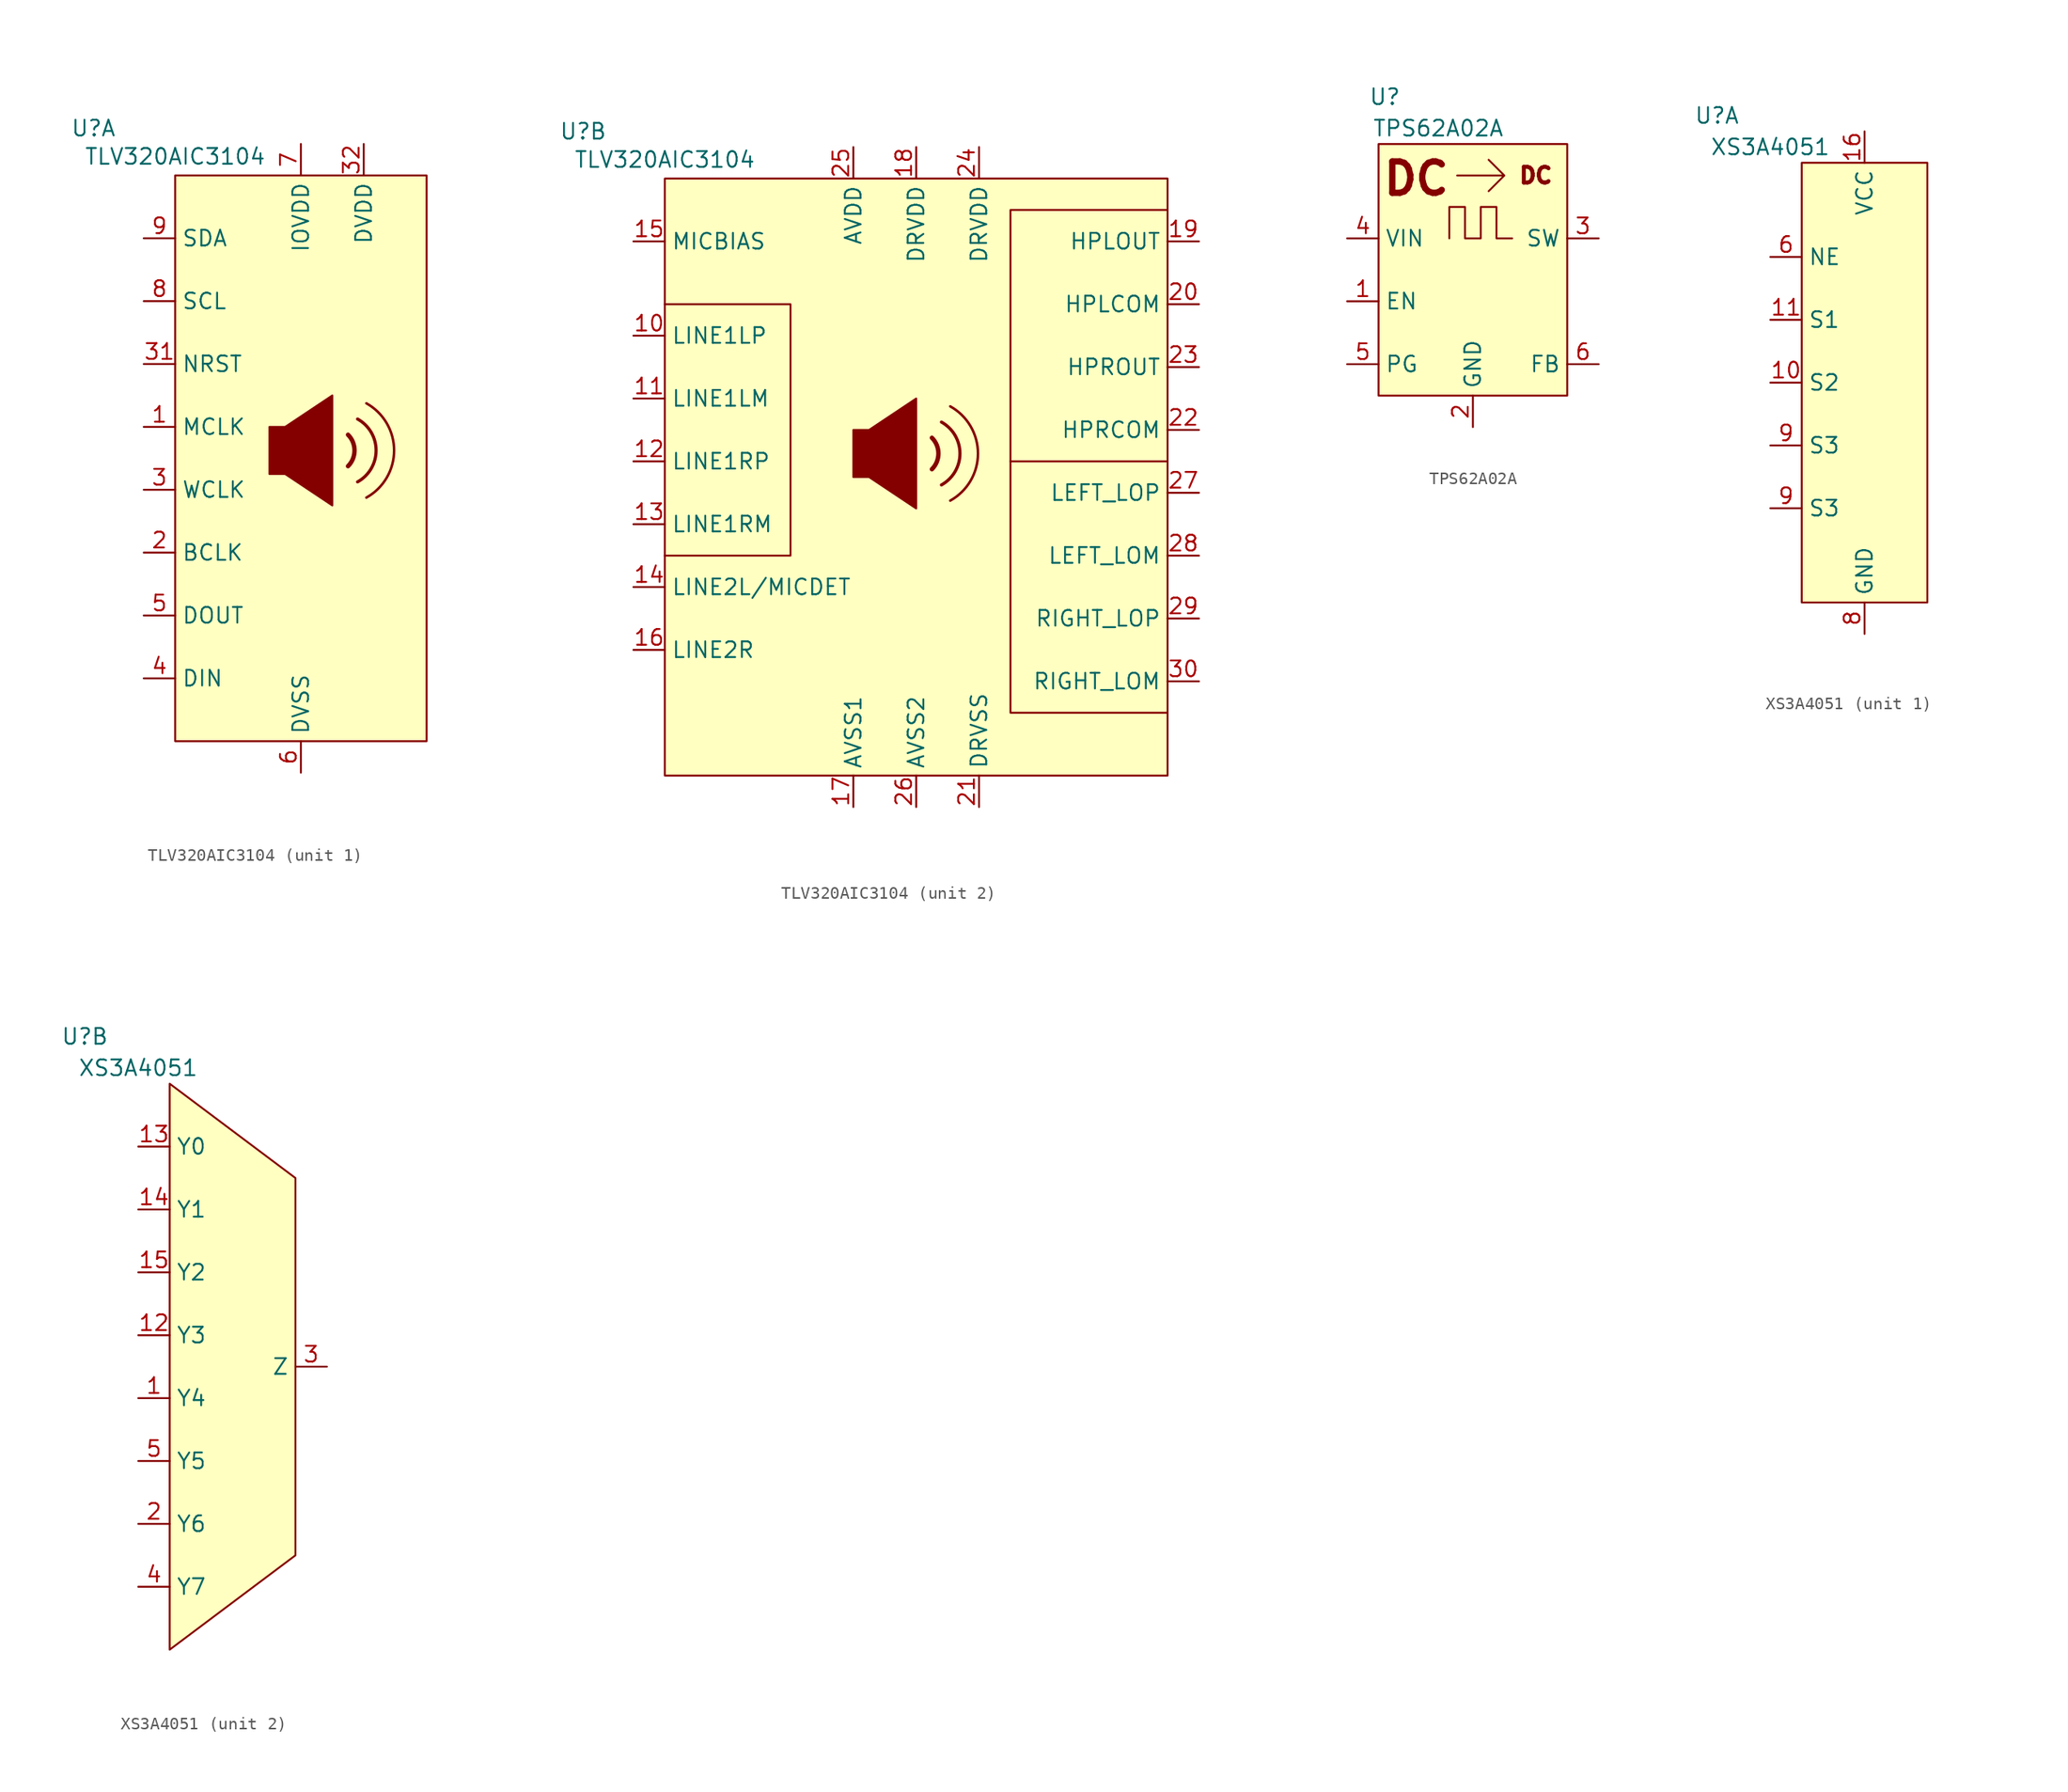
<source format=kicad_sym>
(kicad_symbol_lib
  (version 20241209)
  (generator "kicad_symbol_editor")
  (generator_version "9.0")
  (symbol "TLV320AIC3104"
    (property "Reference" "U"
      (at -6.604 3.81 0)
      (effects (font (size 1.27 1.27))))
    (property "Value" "TLV320AIC3104"
      (at 0 1.524 0)
      (effects (font (size 1.27 1.27))))
    (property "ki_locked" ""
      (at 0 0 0)
      (effects (font (size 1.27 1.27))))
    (symbol "TLV320AIC3104_1_1"
      (rectangle (start 0 0) (end 20.32 -45.72) (stroke (width 0) (type solid)) (fill (type background)))
      (polyline (pts (xy 7.62 -20.32) (xy 7.62 -24.13) (xy 8.89 -24.13) (xy 12.7 -26.67) (xy 12.7 -17.78) (xy 8.89 -20.32) (xy 7.62 -20.32)) (stroke (width 0) (type default)) (fill (type outline)))
      (arc (start 13.9701 -20.955) (mid 14.4961 -22.225) (end 13.9701 -23.495) (stroke (width 0.3556) (type default)) (fill (type none)))
      (arc (start 14.7419 -19.685) (mid 16.2386 -22.225) (end 14.7419 -24.765) (stroke (width 0.254) (type default)) (fill (type none)))
      (arc (start 15.4533 -18.415) (mid 17.6943 -22.225) (end 15.4533 -26.035) (stroke (width 0.2032) (type default)) (fill (type none)))
      (pin bidirectional line (at -2.54 -5.08 0) (length 2.54) (name "SDA" (effects (font (size 1.27 1.27)))) (number "9" (effects (font (size 1.27 1.27)))))
      (pin input line (at -2.54 -10.16 0) (length 2.54) (name "SCL" (effects (font (size 1.27 1.27)))) (number "8" (effects (font (size 1.27 1.27)))))
      (pin input line (at -2.54 -15.24 0) (length 2.54) (name "NRST" (effects (font (size 1.27 1.27)))) (number "31" (effects (font (size 1.27 1.27)))))
      (pin input line (at -2.54 -20.32 0) (length 2.54) (name "MCLK" (effects (font (size 1.27 1.27)))) (number "1" (effects (font (size 1.27 1.27)))))
      (pin bidirectional line (at -2.54 -25.4 0) (length 2.54) (name "WCLK" (effects (font (size 1.27 1.27)))) (number "3" (effects (font (size 1.27 1.27)))))
      (pin bidirectional line (at -2.54 -30.48 0) (length 2.54) (name "BCLK" (effects (font (size 1.27 1.27)))) (number "2" (effects (font (size 1.27 1.27)))))
      (pin output line (at -2.54 -35.56 0) (length 2.54) (name "DOUT" (effects (font (size 1.27 1.27)))) (number "5" (effects (font (size 1.27 1.27)))))
      (pin input line (at -2.54 -40.64 0) (length 2.54) (name "DIN" (effects (font (size 1.27 1.27)))) (number "4" (effects (font (size 1.27 1.27)))))
      (pin power_in line (at 10.16 2.54 270) (length 2.54) (name "IOVDD" (effects (font (size 1.27 1.27)))) (number "7" (effects (font (size 1.27 1.27)))))
      (pin passive line (at 10.16 -48.26 90) (length 2.54) (name "DVSS" (effects (font (size 1.27 1.27)))) (number "6" (effects (font (size 1.27 1.27)))))
      (pin power_in line (at 15.24 2.54 270) (length 2.54) (name "DVDD" (effects (font (size 1.27 1.27)))) (number "32" (effects (font (size 1.27 1.27))))))
    (symbol "TLV320AIC3104_2_1"
      (rectangle (start 0 0) (end 40.64 -48.26) (stroke (width 0) (type solid)) (fill (type background)))
      (polyline (pts (xy 0 -30.48) (xy 10.16 -30.48) (xy 10.16 -10.16) (xy 0 -10.16)) (stroke (width 0) (type default)) (fill (type none)))
      (polyline (pts (xy 15.24 -20.32) (xy 15.24 -24.13) (xy 16.51 -24.13) (xy 20.32 -26.67) (xy 20.32 -17.78) (xy 16.51 -20.32) (xy 15.24 -20.32)) (stroke (width 0) (type default)) (fill (type outline)))
      (arc (start 21.5901 -20.955) (mid 22.1161 -22.225) (end 21.5901 -23.495) (stroke (width 0.3556) (type default)) (fill (type none)))
      (arc (start 22.3619 -19.685) (mid 23.8586 -22.225) (end 22.3619 -24.765) (stroke (width 0.254) (type default)) (fill (type none)))
      (arc (start 23.0733 -18.415) (mid 25.3143 -22.225) (end 23.0733 -26.035) (stroke (width 0.2032) (type default)) (fill (type none)))
      (polyline (pts (xy 27.94 -22.86) (xy 27.94 -2.54) (xy 40.64 -2.54)) (stroke (width 0) (type default)) (fill (type none)))
      (polyline (pts (xy 40.64 -43.18) (xy 27.94 -43.18) (xy 27.94 -22.86) (xy 40.64 -22.86)) (stroke (width 0) (type default)) (fill (type none)))
      (pin output line (at -2.54 -5.08 0) (length 2.54) (name "MICBIAS" (effects (font (size 1.27 1.27)))) (number "15" (effects (font (size 1.27 1.27)))))
      (pin input line (at -2.54 -12.7 0) (length 2.54) (name "LINE1LP" (effects (font (size 1.27 1.27)))) (number "10" (effects (font (size 1.27 1.27)))))
      (pin input line (at -2.54 -17.78 0) (length 2.54) (name "LINE1LM" (effects (font (size 1.27 1.27)))) (number "11" (effects (font (size 1.27 1.27)))))
      (pin input line (at -2.54 -22.86 0) (length 2.54) (name "LINE1RP" (effects (font (size 1.27 1.27)))) (number "12" (effects (font (size 1.27 1.27)))))
      (pin input line (at -2.54 -27.94 0) (length 2.54) (name "LINE1RM" (effects (font (size 1.27 1.27)))) (number "13" (effects (font (size 1.27 1.27)))))
      (pin input line (at -2.54 -33.02 0) (length 2.54) (name "LINE2L/MICDET" (effects (font (size 1.27 1.27)))) (number "14" (effects (font (size 1.27 1.27)))))
      (pin input line (at -2.54 -38.1 0) (length 2.54) (name "LINE2R" (effects (font (size 1.27 1.27)))) (number "16" (effects (font (size 1.27 1.27)))))
      (pin power_in line (at 15.24 2.54 270) (length 2.54) (name "AVDD" (effects (font (size 1.27 1.27)))) (number "25" (effects (font (size 1.27 1.27)))))
      (pin passive line (at 15.24 -50.8 90) (length 2.54) (name "AVSS1" (effects (font (size 1.27 1.27)))) (number "17" (effects (font (size 1.27 1.27)))))
      (pin power_in line (at 20.32 2.54 270) (length 2.54) (name "DRVDD" (effects (font (size 1.27 1.27)))) (number "18" (effects (font (size 1.27 1.27)))))
      (pin passive line (at 20.32 -50.8 90) (length 2.54) (name "AVSS2" (effects (font (size 1.27 1.27)))) (number "26" (effects (font (size 1.27 1.27)))))
      (pin power_in line (at 25.4 2.54 270) (length 2.54) (name "DRVDD" (effects (font (size 1.27 1.27)))) (number "24" (effects (font (size 1.27 1.27)))))
      (pin passive line (at 25.4 -50.8 90) (length 2.54) (name "DRVSS" (effects (font (size 1.27 1.27)))) (number "21" (effects (font (size 1.27 1.27)))))
      (pin output line (at 43.18 -5.08 180) (length 2.54) (name "HPLOUT" (effects (font (size 1.27 1.27)))) (number "19" (effects (font (size 1.27 1.27)))))
      (pin output line (at 43.18 -10.16 180) (length 2.54) (name "HPLCOM" (effects (font (size 1.27 1.27)))) (number "20" (effects (font (size 1.27 1.27)))))
      (pin output line (at 43.18 -15.24 180) (length 2.54) (name "HPROUT" (effects (font (size 1.27 1.27)))) (number "23" (effects (font (size 1.27 1.27)))))
      (pin output line (at 43.18 -20.32 180) (length 2.54) (name "HPRCOM" (effects (font (size 1.27 1.27)))) (number "22" (effects (font (size 1.27 1.27)))))
      (pin output line (at 43.18 -25.4 180) (length 2.54) (name "LEFT_LOP" (effects (font (size 1.27 1.27)))) (number "27" (effects (font (size 1.27 1.27)))))
      (pin output line (at 43.18 -30.48 180) (length 2.54) (name "LEFT_LOM" (effects (font (size 1.27 1.27)))) (number "28" (effects (font (size 1.27 1.27)))))
      (pin output line (at 43.18 -35.56 180) (length 2.54) (name "RIGHT_LOP" (effects (font (size 1.27 1.27)))) (number "29" (effects (font (size 1.27 1.27)))))
      (pin output line (at 43.18 -40.64 180) (length 2.54) (name "RIGHT_LOM" (effects (font (size 1.27 1.27)))) (number "30" (effects (font (size 1.27 1.27)))))))
  (symbol "TPS62A02A"
    (property "Reference" "U"
      (at 0.508 3.81 0)
      (effects (font (size 1.27 1.27))))
    (property "Value" "TPS62A02A"
      (at 4.826 1.27 0)
      (effects (font (size 1.27 1.27))))
    (symbol "TPS62A02A_1_1"
      (rectangle (start 0 0) (end 15.24 -20.32) (stroke (width 0) (type solid)) (fill (type background)))
      (polyline (pts (xy 5.715 -7.62) (xy 5.715 -5.08) (xy 6.985 -5.08) (xy 6.985 -7.62) (xy 8.255 -7.62) (xy 8.255 -5.08) (xy 9.525 -5.08) (xy 9.525 -7.62) (xy 10.795 -7.62)) (stroke (width 0) (type default)) (fill (type none)))
      (polyline (pts (xy 6.35 -2.54) (xy 10.16 -2.54) (xy 8.89 -1.27) (xy 10.16 -2.54) (xy 8.89 -3.81)) (stroke (width 0) (type default)) (fill (type none)))
      (text "DC" (at 3.048 -2.794 0) (effects (font (size 2.54 2.54) (thickness 0.508) (bold yes))))
      (text "DC" (at 12.7 -2.54 0) (effects (font (size 1.27 1.27) (thickness 0.508) (bold yes))))
      (pin power_in line (at -2.54 -7.62 0) (length 2.54) (name "VIN" (effects (font (size 1.27 1.27)))) (number "4" (effects (font (size 1.27 1.27)))))
      (pin input line (at -2.54 -12.7 0) (length 2.54) (name "EN" (effects (font (size 1.27 1.27)))) (number "1" (effects (font (size 1.27 1.27)))))
      (pin output line (at -2.54 -17.78 0) (length 2.54) (name "PG" (effects (font (size 1.27 1.27)))) (number "5" (effects (font (size 1.27 1.27)))))
      (pin passive line (at 7.62 -22.86 90) (length 2.54) (name "GND" (effects (font (size 1.27 1.27)))) (number "2" (effects (font (size 1.27 1.27)))))
      (pin power_out line (at 17.78 -7.62 180) (length 2.54) (name "SW" (effects (font (size 1.27 1.27)))) (number "3" (effects (font (size 1.27 1.27)))))
      (pin input line (at 17.78 -17.78 180) (length 2.54) (name "FB" (effects (font (size 1.27 1.27)))) (number "6" (effects (font (size 1.27 1.27)))))))
  (symbol "XS3A4051"
    (property "Reference" "U"
      (at -6.858 3.81 0)
      (effects (font (size 1.27 1.27))))
    (property "Value" "XS3A4051"
      (at -2.54 1.27 0)
      (effects (font (size 1.27 1.27))))
    (property "ki_locked" ""
      (at 0 0 0)
      (effects (font (size 1.27 1.27))))
    (symbol "XS3A4051_1_1"
      (rectangle (start 0 0) (end 10.16 -35.56) (stroke (width 0) (type solid)) (fill (type background)))
      (pin input line (at -2.54 -7.62 0) (length 2.54) (name "NE" (effects (font (size 1.27 1.27)))) (number "6" (effects (font (size 1.27 1.27)))))
      (pin input line (at -2.54 -12.7 0) (length 2.54) (name "S1" (effects (font (size 1.27 1.27)))) (number "11" (effects (font (size 1.27 1.27)))))
      (pin input line (at -2.54 -17.78 0) (length 2.54) (name "S2" (effects (font (size 1.27 1.27)))) (number "10" (effects (font (size 1.27 1.27)))))
      (pin input line (at -2.54 -22.86 0) (length 2.54) (name "S3" (effects (font (size 1.27 1.27)))) (number "9" (effects (font (size 1.27 1.27)))))
      (pin input line (at -2.54 -27.94 0) (length 2.54) (name "S3" (effects (font (size 1.27 1.27)))) (number "9" (effects (font (size 1.27 1.27)))))
      (pin power_in line (at 5.08 2.54 270) (length 2.54) (name "VCC" (effects (font (size 1.27 1.27)))) (number "16" (effects (font (size 1.27 1.27)))))
      (pin passive line (at 5.08 -38.1 90) (length 2.54) (name "GND" (effects (font (size 1.27 1.27)))) (number "8" (effects (font (size 1.27 1.27)))))
      (pin no_connect line (at 15.24 -24.13 90) (length 2.54) (hide yes) (name "NC" (effects (font (size 1.27 1.27)))) (number "7" (effects (font (size 1.27 1.27))))))
    (symbol "XS3A4051_2_1"
      (polyline (pts (xy 0 0) (xy 0 -45.72) (xy 10.16 -38.1) (xy 10.16 -7.62) (xy 0 0)) (stroke (width 0) (type solid)) (fill (type background)))
      (pin bidirectional line (at -2.54 -5.08 0) (length 2.54) (name "Y0" (effects (font (size 1.27 1.27)))) (number "13" (effects (font (size 1.27 1.27)))))
      (pin bidirectional line (at -2.54 -10.16 0) (length 2.54) (name "Y1" (effects (font (size 1.27 1.27)))) (number "14" (effects (font (size 1.27 1.27)))))
      (pin bidirectional line (at -2.54 -15.24 0) (length 2.54) (name "Y2" (effects (font (size 1.27 1.27)))) (number "15" (effects (font (size 1.27 1.27)))))
      (pin bidirectional line (at -2.54 -20.32 0) (length 2.54) (name "Y3" (effects (font (size 1.27 1.27)))) (number "12" (effects (font (size 1.27 1.27)))))
      (pin bidirectional line (at -2.54 -25.4 0) (length 2.54) (name "Y4" (effects (font (size 1.27 1.27)))) (number "1" (effects (font (size 1.27 1.27)))))
      (pin bidirectional line (at -2.54 -30.48 0) (length 2.54) (name "Y5" (effects (font (size 1.27 1.27)))) (number "5" (effects (font (size 1.27 1.27)))))
      (pin bidirectional line (at -2.54 -35.56 0) (length 2.54) (name "Y6" (effects (font (size 1.27 1.27)))) (number "2" (effects (font (size 1.27 1.27)))))
      (pin bidirectional line (at -2.54 -40.64 0) (length 2.54) (name "Y7" (effects (font (size 1.27 1.27)))) (number "4" (effects (font (size 1.27 1.27)))))
      (pin bidirectional line (at 12.7 -22.86 180) (length 2.54) (name "Z" (effects (font (size 1.27 1.27)))) (number "3" (effects (font (size 1.27 1.27))))))))
</source>
